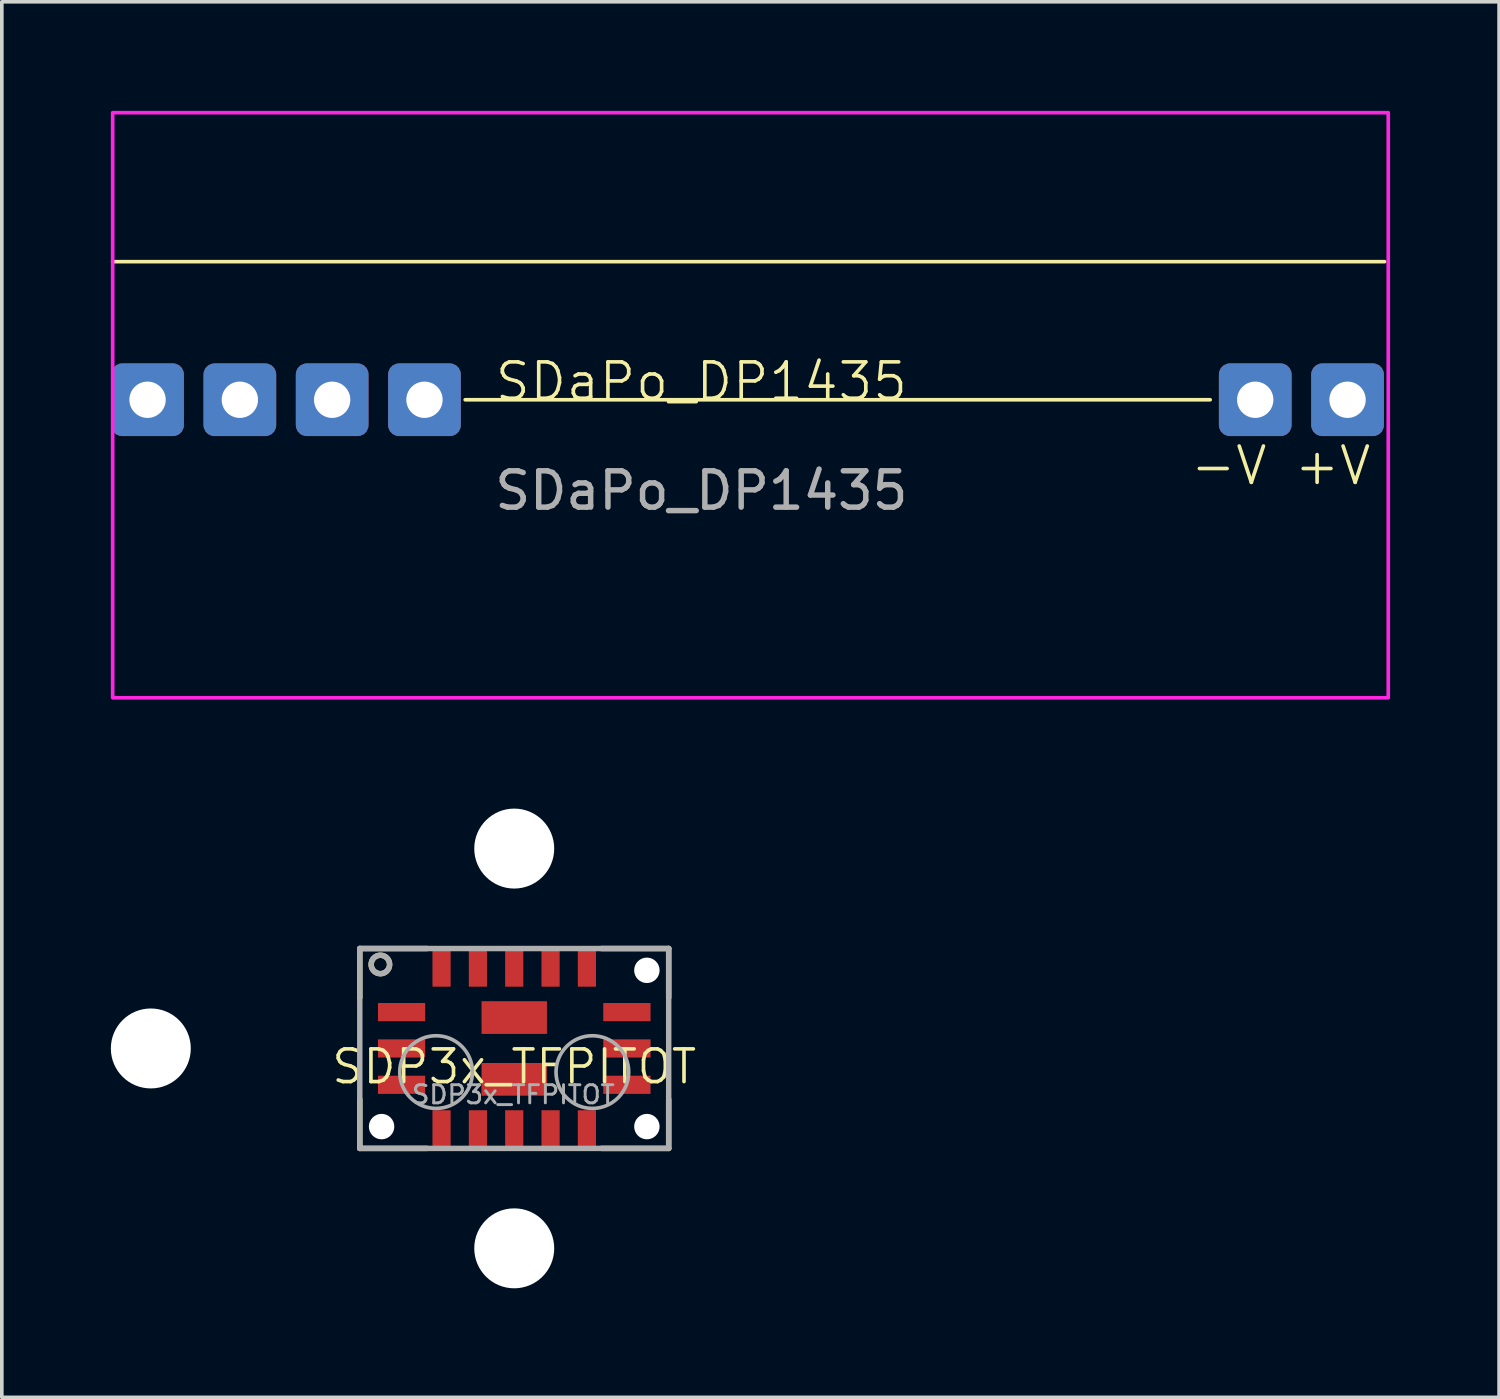
<source format=kicad_pcb>
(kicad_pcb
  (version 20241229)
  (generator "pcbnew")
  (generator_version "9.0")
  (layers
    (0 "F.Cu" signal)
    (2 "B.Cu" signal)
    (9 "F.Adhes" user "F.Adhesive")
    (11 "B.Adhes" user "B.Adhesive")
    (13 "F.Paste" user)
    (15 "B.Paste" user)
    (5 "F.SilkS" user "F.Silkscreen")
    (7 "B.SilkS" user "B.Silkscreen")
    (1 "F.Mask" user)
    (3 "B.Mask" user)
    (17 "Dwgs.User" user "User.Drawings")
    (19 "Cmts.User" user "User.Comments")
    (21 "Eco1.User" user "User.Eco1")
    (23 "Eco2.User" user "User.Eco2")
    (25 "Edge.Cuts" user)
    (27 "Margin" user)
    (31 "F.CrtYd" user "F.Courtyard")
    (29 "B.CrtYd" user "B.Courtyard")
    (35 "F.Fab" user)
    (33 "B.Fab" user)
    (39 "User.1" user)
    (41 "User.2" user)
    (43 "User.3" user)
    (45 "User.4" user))
  (footprint "SDaPo_DP1435"
    (layer "F.Cu")
    (at 16.25 7.95)
    (property "Reference" "SDaPo_DP1435" (at 0 -0.5 0) (unlocked yes) (layer "F.SilkS") (effects (font (size 1 1) (thickness 0.1))))
    (attr smd)
    (fp_line (start -16.2 -3.8) (end 18.8 -3.8) (stroke (width 0.1) (type default)) (layer "F.SilkS"))
    (fp_line (start -6.5 0) (end 14 0) (stroke (width 0.1) (type default)) (layer "F.SilkS"))
    (fp_poly (pts (xy -16.2 -7.9) (xy 18.9 -7.9) (xy 18.9 8.2) (xy -16.2 8.2)) (stroke (width 0.1) (type solid)) (fill no) (layer "F.CrtYd"))
    (fp_text user "-V +V" (at 13.4 2.4 0) (unlocked yes) (layer "F.SilkS") (effects (font (size 1 1) (thickness 0.1)) (justify left bottom)))
    (fp_text user "${REFERENCE}" (at 0 2.5 0) (unlocked yes) (layer "F.Fab") (effects (font (size 1 1) (thickness 0.15))))
    (pad "1" thru_hole roundrect (at -15.24 0) (size 2 2) (drill 1) (layers "*.Cu" "*.Mask") (roundrect_rratio 0.15))
    (pad "2" thru_hole roundrect (at -12.7 0) (size 2 2) (drill 1) (layers "*.Cu" "*.Mask") (roundrect_rratio 0.15))
    (pad "3" thru_hole roundrect (at -10.16 0) (size 2 2) (drill 1) (layers "*.Cu" "*.Mask") (roundrect_rratio 0.15))
    (pad "4" thru_hole roundrect (at -7.62 0) (size 2 2) (drill 1) (layers "*.Cu" "*.Mask") (roundrect_rratio 0.15))
    (pad "5" thru_hole roundrect (at 15.24 0) (size 2 2) (drill 1) (layers "*.Cu" "*.Mask") (roundrect_rratio 0.15))
    (pad "6" thru_hole roundrect (at 17.78 0) (size 2 2) (drill 1) (layers "*.Cu" "*.Mask") (roundrect_rratio 0.15)))
  (footprint "SDP3x_TFPITOT"
    (layer "F.Cu")
    (at 11.1 25.8)
    (property "Reference" "SDP3x_TFPITOT" (at 0 0.5 0) (unlocked yes) (layer "F.SilkS") (effects (font (size 0.9 0.9) (thickness 0.1))))
    (attr smd)
    (fp_line (start -4.25 -2.75) (end -4.25 -1.4) (stroke (width 0.15) (type solid)) (layer "F.SilkS"))
    (fp_line (start -4.25 -2.75) (end -2.4 -2.75) (stroke (width 0.15) (type solid)) (layer "F.SilkS"))
    (fp_line (start -4.25 1.4) (end -4.25 2.75) (stroke (width 0.15) (type solid)) (layer "F.SilkS"))
    (fp_line (start -4.25 2.75) (end -2.4 2.75) (stroke (width 0.15) (type solid)) (layer "F.SilkS"))
    (fp_line (start 2.4 -2.75) (end 4.25 -2.75) (stroke (width 0.15) (type solid)) (layer "F.SilkS"))
    (fp_line (start 4.25 -2.75) (end 4.25 -1.4) (stroke (width 0.15) (type solid)) (layer "F.SilkS"))
    (fp_line (start 4.25 1.4) (end 4.25 2.75) (stroke (width 0.15) (type solid)) (layer "F.SilkS"))
    (fp_line (start 4.25 2.75) (end 2.4 2.75) (stroke (width 0.15) (type solid)) (layer "F.SilkS"))
    (fp_circle (center -3.683 -2.311) (end -3.429 -2.311) (stroke (width 0.15) (type solid)) (fill no) (layer "F.SilkS"))
    (fp_line (start -4.25 -2.75) (end 4.25 -2.75) (stroke (width 0.15) (type solid)) (layer "F.Fab"))
    (fp_line (start -4.25 2.75) (end -4.25 -2.75) (stroke (width 0.15) (type solid)) (layer "F.Fab"))
    (fp_line (start 4.25 -2.75) (end 4.25 2.75) (stroke (width 0.15) (type solid)) (layer "F.Fab"))
    (fp_line (start 4.25 2.75) (end -4.25 2.75) (stroke (width 0.15) (type solid)) (layer "F.Fab"))
    (fp_circle (center -3.683 -2.311) (end -3.429 -2.311) (stroke (width 0.15) (type solid)) (fill no) (layer "F.Fab"))
    (fp_circle (center -2.15 0.65) (end -1.15 0.65) (stroke (width 0.1) (type solid)) (fill no) (layer "F.Fab"))
    (fp_circle (center 2.15 0.65) (end 3.15 0.65) (stroke (width 0.1) (type solid)) (fill no) (layer "F.Fab"))
    (fp_text user "${REFERENCE}" (at -0.025 1.27 0) (unlocked yes) (layer "F.Fab") (effects (font (size 0.5 0.5) (thickness 0.08))))
    (pad "" np_thru_hole circle (at -10 0) (size 2.2 2.2) (drill 2.2) (layers "*.Cu" "F.Mask"))
    (pad "" np_thru_hole circle (at -3.65 2.15) (size 0.7 0.7) (drill 0.7) (layers "*.Cu" "F.Mask"))
    (pad "" np_thru_hole circle (at 0 -5.5) (size 2.2 2.2) (drill 2.2) (layers "*.Cu" "F.Mask"))
    (pad "" np_thru_hole circle (at 0 5.5) (size 2.2 2.2) (drill 2.2) (layers "*.Cu" "F.Mask"))
    (pad "" np_thru_hole circle (at 3.65 -2.15) (size 0.7 0.7) (drill 0.7) (layers "*.Cu" "F.Mask"))
    (pad "" np_thru_hole circle (at 3.65 2.15) (size 0.7 0.7) (drill 0.7) (layers "*.Cu" "F.Mask"))
    (pad "1" smd trapezoid (at -3.1 -1) (size 1.3 0.5) (layers "F.Cu" "F.Mask" "F.Paste"))
    (pad "2" smd trapezoid (at -3.1 0) (size 1.3 0.5) (layers "F.Cu" "F.Mask" "F.Paste"))
    (pad "3" smd trapezoid (at -3.1 1) (size 1.3 0.5) (layers "F.Cu" "F.Mask" "F.Paste"))
    (pad "4" smd trapezoid (at -2 2.225 90) (size 1.05 0.5) (layers "F.Cu" "F.Mask" "F.Paste"))
    (pad "5" smd trapezoid (at -1 2.225 90) (size 1.05 0.5) (layers "F.Cu" "F.Mask" "F.Paste"))
    (pad "6" smd trapezoid (at 0 2.225 90) (size 1.05 0.5) (layers "F.Cu" "F.Mask" "F.Paste"))
    (pad "7" smd trapezoid (at 1 2.225 90) (size 1.05 0.5) (layers "F.Cu" "F.Mask" "F.Paste"))
    (pad "8" smd trapezoid (at 2 2.225 90) (size 1.05 0.5) (layers "F.Cu" "F.Mask" "F.Paste"))
    (pad "9" smd trapezoid (at 3.1 1) (size 1.3 0.5) (layers "F.Cu" "F.Mask" "F.Paste"))
    (pad "10" smd trapezoid (at 3.1 0) (size 1.3 0.5) (layers "F.Cu" "F.Mask" "F.Paste"))
    (pad "11" smd trapezoid (at 3.1 -1) (size 1.3 0.5) (layers "F.Cu" "F.Mask" "F.Paste"))
    (pad "12" smd trapezoid (at 2 -2.225 90) (size 1.05 0.5) (layers "F.Cu" "F.Mask" "F.Paste"))
    (pad "13" smd trapezoid (at 1 -2.225 90) (size 1.05 0.5) (layers "F.Cu" "F.Mask" "F.Paste"))
    (pad "14" smd trapezoid (at 0 -2.225 90) (size 1.05 0.5) (layers "F.Cu" "F.Mask" "F.Paste"))
    (pad "15" smd trapezoid (at -1 -2.225 90) (size 1.05 0.5) (layers "F.Cu" "F.Mask" "F.Paste"))
    (pad "16" smd trapezoid (at -2 -2.225 90) (size 1.05 0.5) (layers "F.Cu" "F.Mask" "F.Paste"))
    (pad "17" smd trapezoid (at 0 -0.85) (size 1.8 0.9) (layers "F.Cu" "F.Mask" "F.Paste"))
    (pad "18" smd trapezoid (at 0 0.85) (size 1.8 0.9) (layers "F.Cu" "F.Mask" "F.Paste")))
  (gr_rect
    (start -3 -3)
    (end 38.2 35.4)
    (stroke (width 0.1) (type default))
    (fill no)
    (layer "Edge.Cuts")))
</source>
